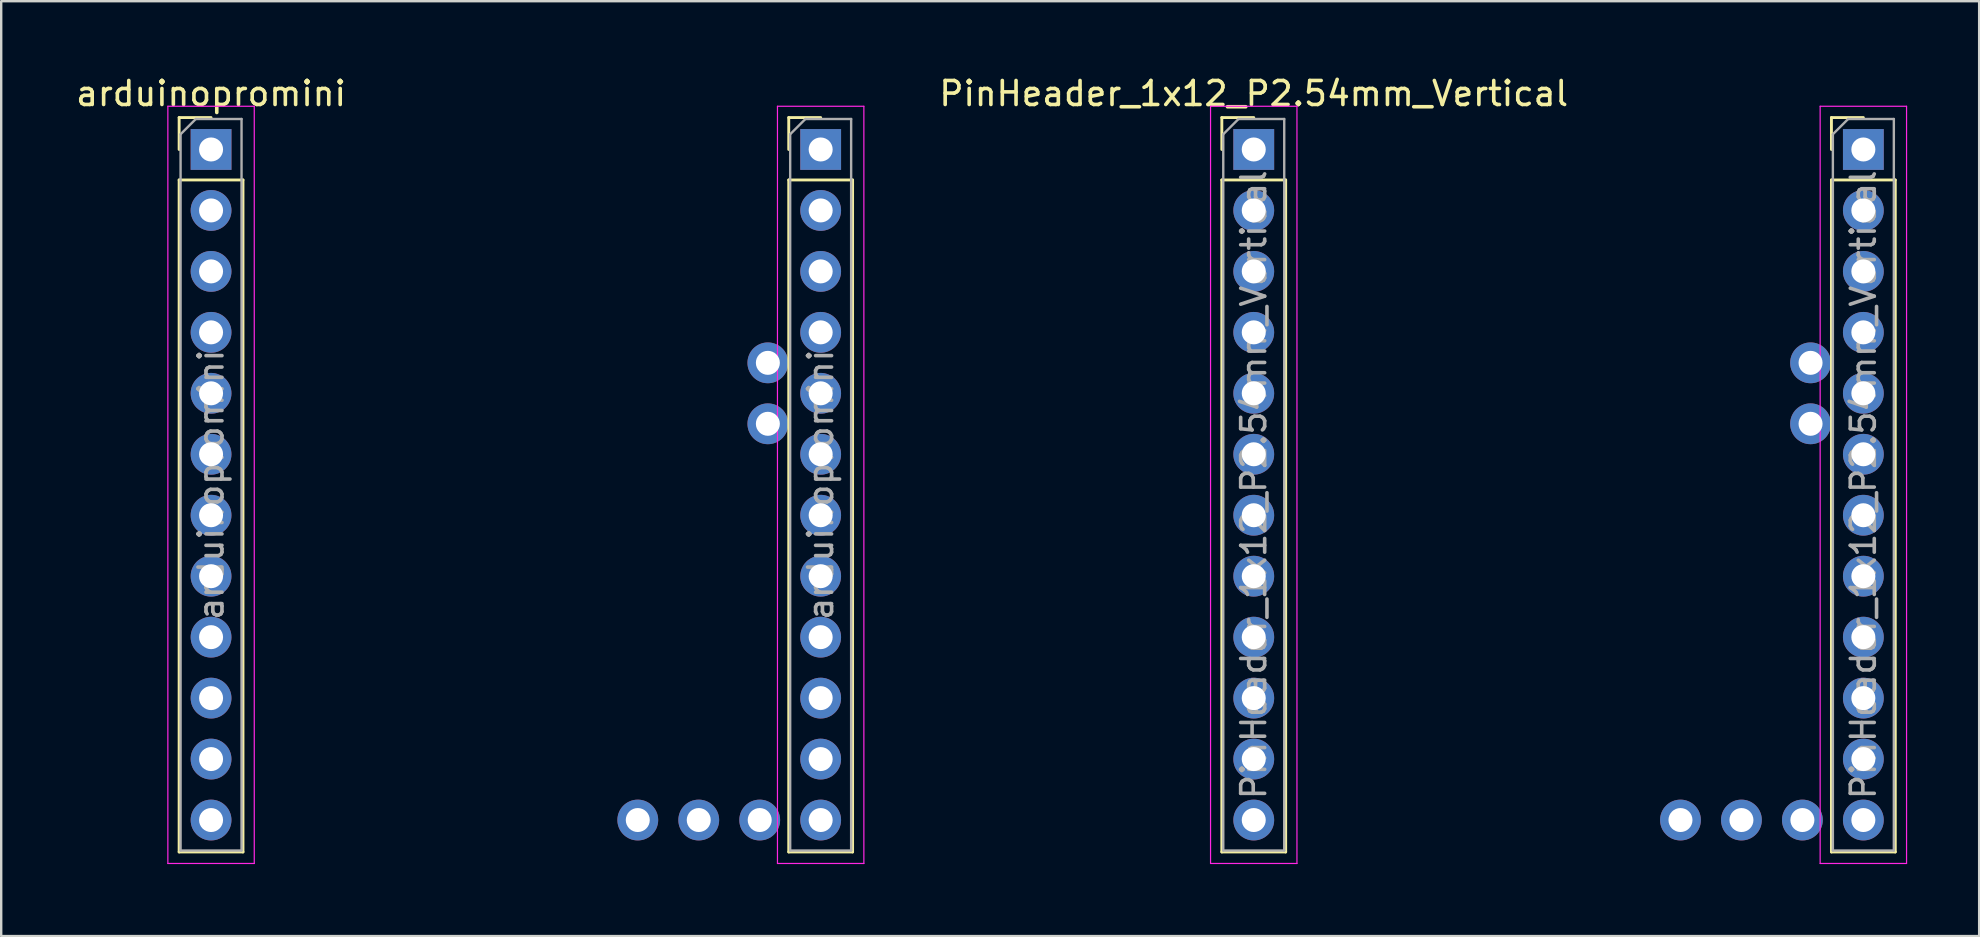
<source format=kicad_pcb>
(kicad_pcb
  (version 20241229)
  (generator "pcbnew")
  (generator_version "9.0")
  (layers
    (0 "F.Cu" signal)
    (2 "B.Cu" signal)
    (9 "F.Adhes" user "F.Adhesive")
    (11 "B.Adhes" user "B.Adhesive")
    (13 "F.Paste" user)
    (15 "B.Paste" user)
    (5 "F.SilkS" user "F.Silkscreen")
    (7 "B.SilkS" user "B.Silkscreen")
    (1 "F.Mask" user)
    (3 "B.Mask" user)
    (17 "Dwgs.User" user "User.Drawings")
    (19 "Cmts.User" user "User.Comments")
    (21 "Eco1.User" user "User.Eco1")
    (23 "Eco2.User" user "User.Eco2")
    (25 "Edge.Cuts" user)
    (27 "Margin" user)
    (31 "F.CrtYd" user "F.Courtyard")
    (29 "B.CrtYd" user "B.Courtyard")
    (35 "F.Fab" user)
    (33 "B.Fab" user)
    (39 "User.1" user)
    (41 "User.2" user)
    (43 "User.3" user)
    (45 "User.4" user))
  (footprint "arduinopromini"
    (layer "F.Cu")
    (at 5.744 3.178)
    (property "Reference" "arduinopromini" (at 0 -2.33 0) (layer "F.SilkS") (effects (font (size 1 1) (thickness 0.15))))
    (attr through_hole)
    (fp_line (start -1.33 -1.33) (end 0 -1.33) (stroke (width 0.12) (type solid)) (layer "F.SilkS"))
    (fp_line (start -1.33 0) (end -1.33 -1.33) (stroke (width 0.12) (type solid)) (layer "F.SilkS"))
    (fp_line (start -1.33 1.27) (end -1.33 29.27) (stroke (width 0.12) (type solid)) (layer "F.SilkS"))
    (fp_line (start -1.33 1.27) (end 1.33 1.27) (stroke (width 0.12) (type solid)) (layer "F.SilkS"))
    (fp_line (start -1.33 29.27) (end 1.33 29.27) (stroke (width 0.12) (type solid)) (layer "F.SilkS"))
    (fp_line (start 1.33 1.27) (end 1.33 29.27) (stroke (width 0.12) (type solid)) (layer "F.SilkS"))
    (fp_line (start 24.07 -1.33) (end 25.4 -1.33) (stroke (width 0.12) (type solid)) (layer "F.SilkS"))
    (fp_line (start 24.07 0) (end 24.07 -1.33) (stroke (width 0.12) (type solid)) (layer "F.SilkS"))
    (fp_line (start 24.07 1.27) (end 24.07 29.27) (stroke (width 0.12) (type solid)) (layer "F.SilkS"))
    (fp_line (start 24.07 1.27) (end 26.73 1.27) (stroke (width 0.12) (type solid)) (layer "F.SilkS"))
    (fp_line (start 24.07 29.27) (end 26.73 29.27) (stroke (width 0.12) (type solid)) (layer "F.SilkS"))
    (fp_line (start 26.73 1.27) (end 26.73 29.27) (stroke (width 0.12) (type solid)) (layer "F.SilkS"))
    (fp_line (start -1.8 -1.8) (end -1.8 29.75) (stroke (width 0.05) (type solid)) (layer "F.CrtYd"))
    (fp_line (start -1.8 29.75) (end 1.8 29.75) (stroke (width 0.05) (type solid)) (layer "F.CrtYd"))
    (fp_line (start 1.8 -1.8) (end -1.8 -1.8) (stroke (width 0.05) (type solid)) (layer "F.CrtYd"))
    (fp_line (start 1.8 29.75) (end 1.8 -1.8) (stroke (width 0.05) (type solid)) (layer "F.CrtYd"))
    (fp_line (start 23.6 -1.8) (end 23.6 29.75) (stroke (width 0.05) (type solid)) (layer "F.CrtYd"))
    (fp_line (start 23.6 29.75) (end 27.2 29.75) (stroke (width 0.05) (type solid)) (layer "F.CrtYd"))
    (fp_line (start 27.2 -1.8) (end 23.6 -1.8) (stroke (width 0.05) (type solid)) (layer "F.CrtYd"))
    (fp_line (start 27.2 29.75) (end 27.2 -1.8) (stroke (width 0.05) (type solid)) (layer "F.CrtYd"))
    (fp_line (start -1.27 -0.635) (end -0.635 -1.27) (stroke (width 0.1) (type solid)) (layer "F.Fab"))
    (fp_line (start -1.27 29.21) (end -1.27 -0.635) (stroke (width 0.1) (type solid)) (layer "F.Fab"))
    (fp_line (start -0.635 -1.27) (end 1.27 -1.27) (stroke (width 0.1) (type solid)) (layer "F.Fab"))
    (fp_line (start 1.27 -1.27) (end 1.27 29.21) (stroke (width 0.1) (type solid)) (layer "F.Fab"))
    (fp_line (start 1.27 29.21) (end -1.27 29.21) (stroke (width 0.1) (type solid)) (layer "F.Fab"))
    (fp_line (start 24.13 -0.635) (end 24.765 -1.27) (stroke (width 0.1) (type solid)) (layer "F.Fab"))
    (fp_line (start 24.13 29.21) (end 24.13 -0.635) (stroke (width 0.1) (type solid)) (layer "F.Fab"))
    (fp_line (start 24.765 -1.27) (end 26.67 -1.27) (stroke (width 0.1) (type solid)) (layer "F.Fab"))
    (fp_line (start 26.67 -1.27) (end 26.67 29.21) (stroke (width 0.1) (type solid)) (layer "F.Fab"))
    (fp_line (start 26.67 29.21) (end 24.13 29.21) (stroke (width 0.1) (type solid)) (layer "F.Fab"))
    (fp_text user "${REFERENCE}" (at 0 13.97 90) (layer "F.Fab") (effects (font (size 1 1) (thickness 0.15))))
    (fp_text user "${REFERENCE}" (at 25.4 13.97 90) (layer "F.Fab") (effects (font (size 1 1) (thickness 0.15))))
    (pad "1" thru_hole rect (at 0 0) (size 1.7 1.7) (drill 1) (layers "*.Cu" "*.Mask"))
    (pad "2" thru_hole oval (at 0 2.54) (size 1.7 1.7) (drill 1) (layers "*.Cu" "*.Mask"))
    (pad "3" thru_hole oval (at 0 5.08) (size 1.7 1.7) (drill 1) (layers "*.Cu" "*.Mask"))
    (pad "4" thru_hole oval (at 0 7.62) (size 1.7 1.7) (drill 1) (layers "*.Cu" "*.Mask"))
    (pad "5" thru_hole oval (at 0 10.16) (size 1.7 1.7) (drill 1) (layers "*.Cu" "*.Mask"))
    (pad "6" thru_hole oval (at 0 12.7) (size 1.7 1.7) (drill 1) (layers "*.Cu" "*.Mask"))
    (pad "7" thru_hole oval (at 0 15.24) (size 1.7 1.7) (drill 1) (layers "*.Cu" "*.Mask"))
    (pad "8" thru_hole oval (at 0 17.78) (size 1.7 1.7) (drill 1) (layers "*.Cu" "*.Mask"))
    (pad "9" thru_hole oval (at 0 20.32) (size 1.7 1.7) (drill 1) (layers "*.Cu" "*.Mask"))
    (pad "10" thru_hole oval (at 0 22.86) (size 1.7 1.7) (drill 1) (layers "*.Cu" "*.Mask"))
    (pad "11" thru_hole oval (at 0 25.4) (size 1.7 1.7) (drill 1) (layers "*.Cu" "*.Mask"))
    (pad "12" thru_hole oval (at 0 27.94) (size 1.7 1.7) (drill 1) (layers "*.Cu" "*.Mask"))
    (pad "13" thru_hole oval (at 25.4 27.94) (size 1.7 1.7) (drill 1) (layers "*.Cu" "*.Mask"))
    (pad "14" thru_hole oval (at 25.4 25.4) (size 1.7 1.7) (drill 1) (layers "*.Cu" "*.Mask"))
    (pad "15" thru_hole oval (at 25.4 22.86) (size 1.7 1.7) (drill 1) (layers "*.Cu" "*.Mask"))
    (pad "16" thru_hole oval (at 25.4 20.32) (size 1.7 1.7) (drill 1) (layers "*.Cu" "*.Mask"))
    (pad "17" thru_hole oval (at 25.4 17.78) (size 1.7 1.7) (drill 1) (layers "*.Cu" "*.Mask"))
    (pad "18" thru_hole oval (at 25.4 15.24) (size 1.7 1.7) (drill 1) (layers "*.Cu" "*.Mask"))
    (pad "19" thru_hole oval (at 25.4 12.7) (size 1.7 1.7) (drill 1) (layers "*.Cu" "*.Mask"))
    (pad "20" thru_hole oval (at 25.4 10.16) (size 1.7 1.7) (drill 1) (layers "*.Cu" "*.Mask"))
    (pad "21" thru_hole oval (at 25.4 7.62) (size 1.7 1.7) (drill 1) (layers "*.Cu" "*.Mask"))
    (pad "22" thru_hole oval (at 25.4 5.08) (size 1.7 1.7) (drill 1) (layers "*.Cu" "*.Mask"))
    (pad "23" thru_hole oval (at 25.4 2.54) (size 1.7 1.7) (drill 1) (layers "*.Cu" "*.Mask"))
    (pad "24" thru_hole rect (at 25.4 0) (size 1.7 1.7) (drill 1) (layers "*.Cu" "*.Mask"))
    (pad "25" thru_hole circle (at 23.2 8.89) (size 1.7 1.7) (drill 1) (layers "*.Cu" "*.Mask"))
    (pad "26" thru_hole circle (at 23.2 11.43) (size 1.7 1.7) (drill 1) (layers "*.Cu" "*.Mask"))
    (pad "27" thru_hole circle (at 22.86 27.94) (size 1.7 1.7) (drill 1) (layers "*.Cu" "*.Mask"))
    (pad "28" thru_hole circle (at 20.32 27.94) (size 1.7 1.7) (drill 1) (layers "*.Cu" "*.Mask"))
    (pad "29" thru_hole circle (at 17.78 27.94) (size 1.7 1.7) (drill 1) (layers "*.Cu" "*.Mask")))
  (footprint "PinHeader_1x12_P2.54mm_Vertical"
    (layer "F.Cu")
    (at 49.189 3.178)
    (property "Reference" "PinHeader_1x12_P2.54mm_Vertical" (at 0 -2.33 0) (layer "F.SilkS") (effects (font (size 1 1) (thickness 0.15))))
    (attr through_hole)
    (fp_line (start -1.33 -1.33) (end 0 -1.33) (stroke (width 0.12) (type solid)) (layer "F.SilkS"))
    (fp_line (start -1.33 0) (end -1.33 -1.33) (stroke (width 0.12) (type solid)) (layer "F.SilkS"))
    (fp_line (start -1.33 1.27) (end -1.33 29.27) (stroke (width 0.12) (type solid)) (layer "F.SilkS"))
    (fp_line (start -1.33 1.27) (end 1.33 1.27) (stroke (width 0.12) (type solid)) (layer "F.SilkS"))
    (fp_line (start -1.33 29.27) (end 1.33 29.27) (stroke (width 0.12) (type solid)) (layer "F.SilkS"))
    (fp_line (start 1.33 1.27) (end 1.33 29.27) (stroke (width 0.12) (type solid)) (layer "F.SilkS"))
    (fp_line (start 24.07 -1.33) (end 25.4 -1.33) (stroke (width 0.12) (type solid)) (layer "F.SilkS"))
    (fp_line (start 24.07 0) (end 24.07 -1.33) (stroke (width 0.12) (type solid)) (layer "F.SilkS"))
    (fp_line (start 24.07 1.27) (end 24.07 29.27) (stroke (width 0.12) (type solid)) (layer "F.SilkS"))
    (fp_line (start 24.07 1.27) (end 26.73 1.27) (stroke (width 0.12) (type solid)) (layer "F.SilkS"))
    (fp_line (start 24.07 29.27) (end 26.73 29.27) (stroke (width 0.12) (type solid)) (layer "F.SilkS"))
    (fp_line (start 26.73 1.27) (end 26.73 29.27) (stroke (width 0.12) (type solid)) (layer "F.SilkS"))
    (fp_line (start -1.8 -1.8) (end -1.8 29.75) (stroke (width 0.05) (type solid)) (layer "F.CrtYd"))
    (fp_line (start -1.8 29.75) (end 1.8 29.75) (stroke (width 0.05) (type solid)) (layer "F.CrtYd"))
    (fp_line (start 1.8 -1.8) (end -1.8 -1.8) (stroke (width 0.05) (type solid)) (layer "F.CrtYd"))
    (fp_line (start 1.8 29.75) (end 1.8 -1.8) (stroke (width 0.05) (type solid)) (layer "F.CrtYd"))
    (fp_line (start 23.6 -1.8) (end 23.6 29.75) (stroke (width 0.05) (type solid)) (layer "F.CrtYd"))
    (fp_line (start 23.6 29.75) (end 27.2 29.75) (stroke (width 0.05) (type solid)) (layer "F.CrtYd"))
    (fp_line (start 27.2 -1.8) (end 23.6 -1.8) (stroke (width 0.05) (type solid)) (layer "F.CrtYd"))
    (fp_line (start 27.2 29.75) (end 27.2 -1.8) (stroke (width 0.05) (type solid)) (layer "F.CrtYd"))
    (fp_line (start -1.27 -0.635) (end -0.635 -1.27) (stroke (width 0.1) (type solid)) (layer "F.Fab"))
    (fp_line (start -1.27 29.21) (end -1.27 -0.635) (stroke (width 0.1) (type solid)) (layer "F.Fab"))
    (fp_line (start -0.635 -1.27) (end 1.27 -1.27) (stroke (width 0.1) (type solid)) (layer "F.Fab"))
    (fp_line (start 1.27 -1.27) (end 1.27 29.21) (stroke (width 0.1) (type solid)) (layer "F.Fab"))
    (fp_line (start 1.27 29.21) (end -1.27 29.21) (stroke (width 0.1) (type solid)) (layer "F.Fab"))
    (fp_line (start 24.13 -0.635) (end 24.765 -1.27) (stroke (width 0.1) (type solid)) (layer "F.Fab"))
    (fp_line (start 24.13 29.21) (end 24.13 -0.635) (stroke (width 0.1) (type solid)) (layer "F.Fab"))
    (fp_line (start 24.765 -1.27) (end 26.67 -1.27) (stroke (width 0.1) (type solid)) (layer "F.Fab"))
    (fp_line (start 26.67 -1.27) (end 26.67 29.21) (stroke (width 0.1) (type solid)) (layer "F.Fab"))
    (fp_line (start 26.67 29.21) (end 24.13 29.21) (stroke (width 0.1) (type solid)) (layer "F.Fab"))
    (fp_text user "${REFERENCE}" (at 25.4 13.97 90) (layer "F.Fab") (effects (font (size 1 1) (thickness 0.15))))
    (fp_text user "${REFERENCE}" (at 0 13.97 90) (layer "F.Fab") (effects (font (size 1 1) (thickness 0.15))))
    (pad "1" thru_hole rect (at 0 0) (size 1.7 1.7) (drill 1) (layers "*.Cu" "*.Mask"))
    (pad "2" thru_hole oval (at 0 2.54) (size 1.7 1.7) (drill 1) (layers "*.Cu" "*.Mask"))
    (pad "3" thru_hole oval (at 0 5.08) (size 1.7 1.7) (drill 1) (layers "*.Cu" "*.Mask"))
    (pad "4" thru_hole oval (at 0 7.62) (size 1.7 1.7) (drill 1) (layers "*.Cu" "*.Mask"))
    (pad "5" thru_hole oval (at 0 10.16) (size 1.7 1.7) (drill 1) (layers "*.Cu" "*.Mask"))
    (pad "6" thru_hole oval (at 0 12.7) (size 1.7 1.7) (drill 1) (layers "*.Cu" "*.Mask"))
    (pad "7" thru_hole oval (at 0 15.24) (size 1.7 1.7) (drill 1) (layers "*.Cu" "*.Mask"))
    (pad "8" thru_hole oval (at 0 17.78) (size 1.7 1.7) (drill 1) (layers "*.Cu" "*.Mask"))
    (pad "9" thru_hole oval (at 0 20.32) (size 1.7 1.7) (drill 1) (layers "*.Cu" "*.Mask"))
    (pad "10" thru_hole oval (at 0 22.86) (size 1.7 1.7) (drill 1) (layers "*.Cu" "*.Mask"))
    (pad "11" thru_hole oval (at 0 25.4) (size 1.7 1.7) (drill 1) (layers "*.Cu" "*.Mask"))
    (pad "12" thru_hole oval (at 0 27.94) (size 1.7 1.7) (drill 1) (layers "*.Cu" "*.Mask"))
    (pad "13" thru_hole oval (at 25.4 27.94) (size 1.7 1.7) (drill 1) (layers "*.Cu" "*.Mask"))
    (pad "14" thru_hole oval (at 25.4 25.4) (size 1.7 1.7) (drill 1) (layers "*.Cu" "*.Mask"))
    (pad "15" thru_hole oval (at 25.4 22.86) (size 1.7 1.7) (drill 1) (layers "*.Cu" "*.Mask"))
    (pad "16" thru_hole oval (at 25.4 20.32) (size 1.7 1.7) (drill 1) (layers "*.Cu" "*.Mask"))
    (pad "17" thru_hole oval (at 25.4 17.78) (size 1.7 1.7) (drill 1) (layers "*.Cu" "*.Mask"))
    (pad "18" thru_hole oval (at 25.4 15.24) (size 1.7 1.7) (drill 1) (layers "*.Cu" "*.Mask"))
    (pad "19" thru_hole oval (at 25.4 12.7) (size 1.7 1.7) (drill 1) (layers "*.Cu" "*.Mask"))
    (pad "20" thru_hole oval (at 25.4 10.16) (size 1.7 1.7) (drill 1) (layers "*.Cu" "*.Mask"))
    (pad "21" thru_hole oval (at 25.4 7.62) (size 1.7 1.7) (drill 1) (layers "*.Cu" "*.Mask"))
    (pad "22" thru_hole oval (at 25.4 5.08) (size 1.7 1.7) (drill 1) (layers "*.Cu" "*.Mask"))
    (pad "23" thru_hole oval (at 25.4 2.54) (size 1.7 1.7) (drill 1) (layers "*.Cu" "*.Mask"))
    (pad "24" thru_hole rect (at 25.4 0) (size 1.7 1.7) (drill 1) (layers "*.Cu" "*.Mask"))
    (pad "25" thru_hole circle (at 23.2 8.89) (size 1.7 1.7) (drill 1) (layers "*.Cu" "*.Mask"))
    (pad "26" thru_hole circle (at 23.2 11.43) (size 1.7 1.7) (drill 1) (layers "*.Cu" "*.Mask"))
    (pad "27" thru_hole circle (at 22.86 27.94) (size 1.7 1.7) (drill 1) (layers "*.Cu" "*.Mask"))
    (pad "28" thru_hole circle (at 20.32 27.94) (size 1.7 1.7) (drill 1) (layers "*.Cu" "*.Mask"))
    (pad "29" thru_hole circle (at 17.78 27.94) (size 1.7 1.7) (drill 1) (layers "*.Cu" "*.Mask")))
  (gr_rect
    (start -3 -3)
    (end 79.414 35.953)
    (stroke (width 0.1) (type default))
    (fill no)
    (layer "Edge.Cuts")))
</source>
